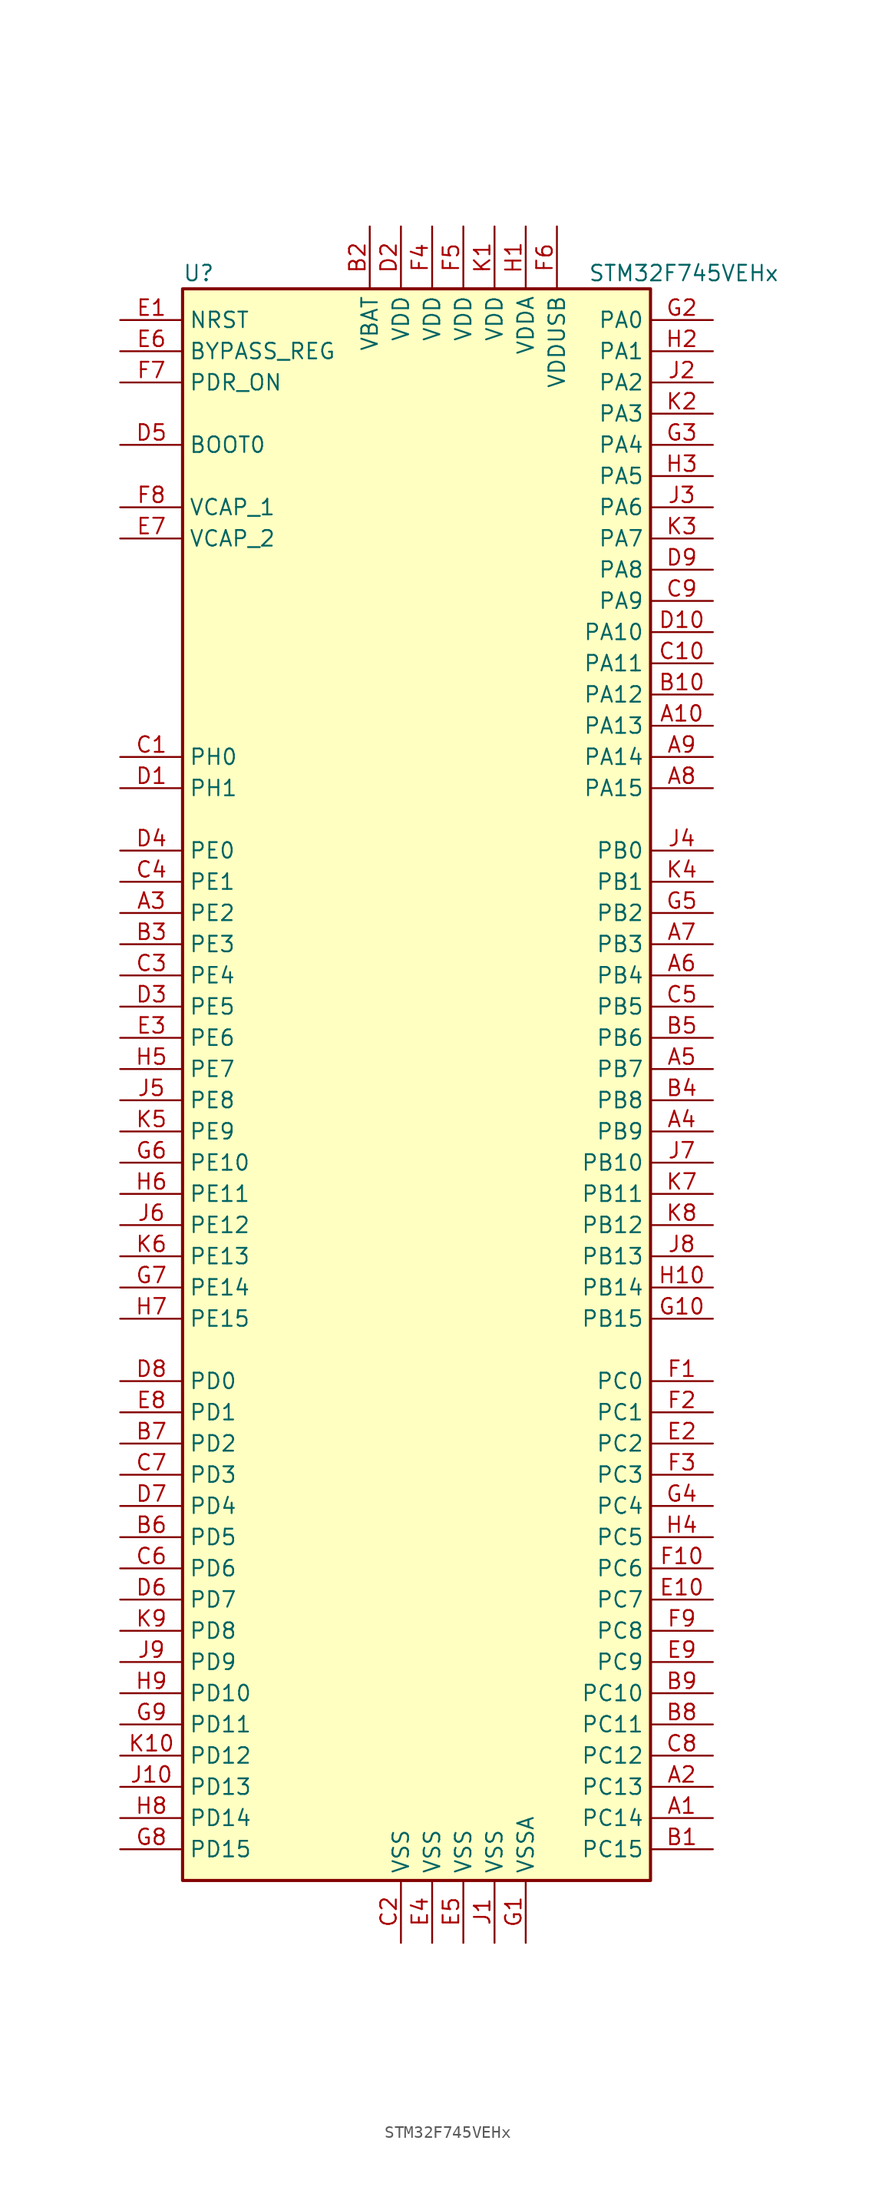
<source format=kicad_sym>
(kicad_symbol_lib
  (version 20201005)
  (generator kicad_symbol_editor)
  (symbol "STM32F745VEHx"
    (property "Reference" "U"
      (at -20.32 64.77 0)
      (effects (font (size 1.27 1.27)) (justify left)))
    (property "Value" "STM32F745VEHx"
      (at 12.7 64.77 0)
      (effects (font (size 1.27 1.27)) (justify left)))
    (symbol "STM32F745VEHx_0_1"
      (rectangle (start -20.32 -66.04) (end 17.78 63.5) (stroke (width 0.254)) (fill (type background))))
    (symbol "STM32F745VEHx_1_1"
      (pin bidirectional line (at 22.86 -60.96 180) (length 5.08) (name "PC14" (effects (font (size 1.27 1.27)))) (number "A1" (effects (font (size 1.27 1.27)))))
      (pin bidirectional line (at 22.86 27.94 180) (length 5.08) (name "PA13" (effects (font (size 1.27 1.27)))) (number "A10" (effects (font (size 1.27 1.27)))))
      (pin bidirectional line (at 22.86 -58.42 180) (length 5.08) (name "PC13" (effects (font (size 1.27 1.27)))) (number "A2" (effects (font (size 1.27 1.27)))))
      (pin bidirectional line (at -25.4 12.7 0) (length 5.08) (name "PE2" (effects (font (size 1.27 1.27)))) (number "A3" (effects (font (size 1.27 1.27)))))
      (pin bidirectional line (at 22.86 -5.08 180) (length 5.08) (name "PB9" (effects (font (size 1.27 1.27)))) (number "A4" (effects (font (size 1.27 1.27)))))
      (pin bidirectional line (at 22.86 0 180) (length 5.08) (name "PB7" (effects (font (size 1.27 1.27)))) (number "A5" (effects (font (size 1.27 1.27)))))
      (pin bidirectional line (at 22.86 7.62 180) (length 5.08) (name "PB4" (effects (font (size 1.27 1.27)))) (number "A6" (effects (font (size 1.27 1.27)))))
      (pin bidirectional line (at 22.86 10.16 180) (length 5.08) (name "PB3" (effects (font (size 1.27 1.27)))) (number "A7" (effects (font (size 1.27 1.27)))))
      (pin bidirectional line (at 22.86 22.86 180) (length 5.08) (name "PA15" (effects (font (size 1.27 1.27)))) (number "A8" (effects (font (size 1.27 1.27)))))
      (pin bidirectional line (at 22.86 25.4 180) (length 5.08) (name "PA14" (effects (font (size 1.27 1.27)))) (number "A9" (effects (font (size 1.27 1.27)))))
      (pin bidirectional line (at 22.86 -63.5 180) (length 5.08) (name "PC15" (effects (font (size 1.27 1.27)))) (number "B1" (effects (font (size 1.27 1.27)))))
      (pin bidirectional line (at 22.86 30.48 180) (length 5.08) (name "PA12" (effects (font (size 1.27 1.27)))) (number "B10" (effects (font (size 1.27 1.27)))))
      (pin power_in line (at -5.08 68.58 270) (length 5.08) (name "VBAT" (effects (font (size 1.27 1.27)))) (number "B2" (effects (font (size 1.27 1.27)))))
      (pin bidirectional line (at -25.4 10.16 0) (length 5.08) (name "PE3" (effects (font (size 1.27 1.27)))) (number "B3" (effects (font (size 1.27 1.27)))))
      (pin bidirectional line (at 22.86 -2.54 180) (length 5.08) (name "PB8" (effects (font (size 1.27 1.27)))) (number "B4" (effects (font (size 1.27 1.27)))))
      (pin bidirectional line (at 22.86 2.54 180) (length 5.08) (name "PB6" (effects (font (size 1.27 1.27)))) (number "B5" (effects (font (size 1.27 1.27)))))
      (pin bidirectional line (at -25.4 -38.1 0) (length 5.08) (name "PD5" (effects (font (size 1.27 1.27)))) (number "B6" (effects (font (size 1.27 1.27)))))
      (pin bidirectional line (at -25.4 -30.48 0) (length 5.08) (name "PD2" (effects (font (size 1.27 1.27)))) (number "B7" (effects (font (size 1.27 1.27)))))
      (pin bidirectional line (at 22.86 -53.34 180) (length 5.08) (name "PC11" (effects (font (size 1.27 1.27)))) (number "B8" (effects (font (size 1.27 1.27)))))
      (pin bidirectional line (at 22.86 -50.8 180) (length 5.08) (name "PC10" (effects (font (size 1.27 1.27)))) (number "B9" (effects (font (size 1.27 1.27)))))
      (pin input line (at -25.4 25.4 0) (length 5.08) (name "PH0" (effects (font (size 1.27 1.27)))) (number "C1" (effects (font (size 1.27 1.27)))))
      (pin bidirectional line (at 22.86 33.02 180) (length 5.08) (name "PA11" (effects (font (size 1.27 1.27)))) (number "C10" (effects (font (size 1.27 1.27)))))
      (pin power_in line (at -2.54 -71.12 90) (length 5.08) (name "VSS" (effects (font (size 1.27 1.27)))) (number "C2" (effects (font (size 1.27 1.27)))))
      (pin bidirectional line (at -25.4 7.62 0) (length 5.08) (name "PE4" (effects (font (size 1.27 1.27)))) (number "C3" (effects (font (size 1.27 1.27)))))
      (pin bidirectional line (at -25.4 15.24 0) (length 5.08) (name "PE1" (effects (font (size 1.27 1.27)))) (number "C4" (effects (font (size 1.27 1.27)))))
      (pin bidirectional line (at 22.86 5.08 180) (length 5.08) (name "PB5" (effects (font (size 1.27 1.27)))) (number "C5" (effects (font (size 1.27 1.27)))))
      (pin bidirectional line (at -25.4 -40.64 0) (length 5.08) (name "PD6" (effects (font (size 1.27 1.27)))) (number "C6" (effects (font (size 1.27 1.27)))))
      (pin bidirectional line (at -25.4 -33.02 0) (length 5.08) (name "PD3" (effects (font (size 1.27 1.27)))) (number "C7" (effects (font (size 1.27 1.27)))))
      (pin bidirectional line (at 22.86 -55.88 180) (length 5.08) (name "PC12" (effects (font (size 1.27 1.27)))) (number "C8" (effects (font (size 1.27 1.27)))))
      (pin bidirectional line (at 22.86 38.1 180) (length 5.08) (name "PA9" (effects (font (size 1.27 1.27)))) (number "C9" (effects (font (size 1.27 1.27)))))
      (pin input line (at -25.4 22.86 0) (length 5.08) (name "PH1" (effects (font (size 1.27 1.27)))) (number "D1" (effects (font (size 1.27 1.27)))))
      (pin bidirectional line (at 22.86 35.56 180) (length 5.08) (name "PA10" (effects (font (size 1.27 1.27)))) (number "D10" (effects (font (size 1.27 1.27)))))
      (pin power_in line (at -2.54 68.58 270) (length 5.08) (name "VDD" (effects (font (size 1.27 1.27)))) (number "D2" (effects (font (size 1.27 1.27)))))
      (pin bidirectional line (at -25.4 5.08 0) (length 5.08) (name "PE5" (effects (font (size 1.27 1.27)))) (number "D3" (effects (font (size 1.27 1.27)))))
      (pin bidirectional line (at -25.4 17.78 0) (length 5.08) (name "PE0" (effects (font (size 1.27 1.27)))) (number "D4" (effects (font (size 1.27 1.27)))))
      (pin input line (at -25.4 50.8 0) (length 5.08) (name "BOOT0" (effects (font (size 1.27 1.27)))) (number "D5" (effects (font (size 1.27 1.27)))))
      (pin bidirectional line (at -25.4 -43.18 0) (length 5.08) (name "PD7" (effects (font (size 1.27 1.27)))) (number "D6" (effects (font (size 1.27 1.27)))))
      (pin bidirectional line (at -25.4 -35.56 0) (length 5.08) (name "PD4" (effects (font (size 1.27 1.27)))) (number "D7" (effects (font (size 1.27 1.27)))))
      (pin bidirectional line (at -25.4 -25.4 0) (length 5.08) (name "PD0" (effects (font (size 1.27 1.27)))) (number "D8" (effects (font (size 1.27 1.27)))))
      (pin bidirectional line (at 22.86 40.64 180) (length 5.08) (name "PA8" (effects (font (size 1.27 1.27)))) (number "D9" (effects (font (size 1.27 1.27)))))
      (pin input line (at -25.4 60.96 0) (length 5.08) (name "NRST" (effects (font (size 1.27 1.27)))) (number "E1" (effects (font (size 1.27 1.27)))))
      (pin bidirectional line (at 22.86 -43.18 180) (length 5.08) (name "PC7" (effects (font (size 1.27 1.27)))) (number "E10" (effects (font (size 1.27 1.27)))))
      (pin bidirectional line (at 22.86 -30.48 180) (length 5.08) (name "PC2" (effects (font (size 1.27 1.27)))) (number "E2" (effects (font (size 1.27 1.27)))))
      (pin bidirectional line (at -25.4 2.54 0) (length 5.08) (name "PE6" (effects (font (size 1.27 1.27)))) (number "E3" (effects (font (size 1.27 1.27)))))
      (pin power_in line (at 0 -71.12 90) (length 5.08) (name "VSS" (effects (font (size 1.27 1.27)))) (number "E4" (effects (font (size 1.27 1.27)))))
      (pin power_in line (at 2.54 -71.12 90) (length 5.08) (name "VSS" (effects (font (size 1.27 1.27)))) (number "E5" (effects (font (size 1.27 1.27)))))
      (pin input line (at -25.4 58.42 0) (length 5.08) (name "BYPASS_REG" (effects (font (size 1.27 1.27)))) (number "E6" (effects (font (size 1.27 1.27)))))
      (pin power_in line (at -25.4 43.18 0) (length 5.08) (name "VCAP_2" (effects (font (size 1.27 1.27)))) (number "E7" (effects (font (size 1.27 1.27)))))
      (pin bidirectional line (at -25.4 -27.94 0) (length 5.08) (name "PD1" (effects (font (size 1.27 1.27)))) (number "E8" (effects (font (size 1.27 1.27)))))
      (pin bidirectional line (at 22.86 -48.26 180) (length 5.08) (name "PC9" (effects (font (size 1.27 1.27)))) (number "E9" (effects (font (size 1.27 1.27)))))
      (pin bidirectional line (at 22.86 -25.4 180) (length 5.08) (name "PC0" (effects (font (size 1.27 1.27)))) (number "F1" (effects (font (size 1.27 1.27)))))
      (pin bidirectional line (at 22.86 -40.64 180) (length 5.08) (name "PC6" (effects (font (size 1.27 1.27)))) (number "F10" (effects (font (size 1.27 1.27)))))
      (pin bidirectional line (at 22.86 -27.94 180) (length 5.08) (name "PC1" (effects (font (size 1.27 1.27)))) (number "F2" (effects (font (size 1.27 1.27)))))
      (pin bidirectional line (at 22.86 -33.02 180) (length 5.08) (name "PC3" (effects (font (size 1.27 1.27)))) (number "F3" (effects (font (size 1.27 1.27)))))
      (pin power_in line (at 0 68.58 270) (length 5.08) (name "VDD" (effects (font (size 1.27 1.27)))) (number "F4" (effects (font (size 1.27 1.27)))))
      (pin power_in line (at 2.54 68.58 270) (length 5.08) (name "VDD" (effects (font (size 1.27 1.27)))) (number "F5" (effects (font (size 1.27 1.27)))))
      (pin power_in line (at 10.16 68.58 270) (length 5.08) (name "VDDUSB" (effects (font (size 1.27 1.27)))) (number "F6" (effects (font (size 1.27 1.27)))))
      (pin input line (at -25.4 55.88 0) (length 5.08) (name "PDR_ON" (effects (font (size 1.27 1.27)))) (number "F7" (effects (font (size 1.27 1.27)))))
      (pin power_in line (at -25.4 45.72 0) (length 5.08) (name "VCAP_1" (effects (font (size 1.27 1.27)))) (number "F8" (effects (font (size 1.27 1.27)))))
      (pin bidirectional line (at 22.86 -45.72 180) (length 5.08) (name "PC8" (effects (font (size 1.27 1.27)))) (number "F9" (effects (font (size 1.27 1.27)))))
      (pin power_in line (at 7.62 -71.12 90) (length 5.08) (name "VSSA" (effects (font (size 1.27 1.27)))) (number "G1" (effects (font (size 1.27 1.27)))))
      (pin bidirectional line (at 22.86 -20.32 180) (length 5.08) (name "PB15" (effects (font (size 1.27 1.27)))) (number "G10" (effects (font (size 1.27 1.27)))))
      (pin bidirectional line (at 22.86 60.96 180) (length 5.08) (name "PA0" (effects (font (size 1.27 1.27)))) (number "G2" (effects (font (size 1.27 1.27)))))
      (pin bidirectional line (at 22.86 50.8 180) (length 5.08) (name "PA4" (effects (font (size 1.27 1.27)))) (number "G3" (effects (font (size 1.27 1.27)))))
      (pin bidirectional line (at 22.86 -35.56 180) (length 5.08) (name "PC4" (effects (font (size 1.27 1.27)))) (number "G4" (effects (font (size 1.27 1.27)))))
      (pin bidirectional line (at 22.86 12.7 180) (length 5.08) (name "PB2" (effects (font (size 1.27 1.27)))) (number "G5" (effects (font (size 1.27 1.27)))))
      (pin bidirectional line (at -25.4 -7.62 0) (length 5.08) (name "PE10" (effects (font (size 1.27 1.27)))) (number "G6" (effects (font (size 1.27 1.27)))))
      (pin bidirectional line (at -25.4 -17.78 0) (length 5.08) (name "PE14" (effects (font (size 1.27 1.27)))) (number "G7" (effects (font (size 1.27 1.27)))))
      (pin bidirectional line (at -25.4 -63.5 0) (length 5.08) (name "PD15" (effects (font (size 1.27 1.27)))) (number "G8" (effects (font (size 1.27 1.27)))))
      (pin bidirectional line (at -25.4 -53.34 0) (length 5.08) (name "PD11" (effects (font (size 1.27 1.27)))) (number "G9" (effects (font (size 1.27 1.27)))))
      (pin power_in line (at 7.62 68.58 270) (length 5.08) (name "VDDA" (effects (font (size 1.27 1.27)))) (number "H1" (effects (font (size 1.27 1.27)))))
      (pin bidirectional line (at 22.86 -17.78 180) (length 5.08) (name "PB14" (effects (font (size 1.27 1.27)))) (number "H10" (effects (font (size 1.27 1.27)))))
      (pin bidirectional line (at 22.86 58.42 180) (length 5.08) (name "PA1" (effects (font (size 1.27 1.27)))) (number "H2" (effects (font (size 1.27 1.27)))))
      (pin bidirectional line (at 22.86 48.26 180) (length 5.08) (name "PA5" (effects (font (size 1.27 1.27)))) (number "H3" (effects (font (size 1.27 1.27)))))
      (pin bidirectional line (at 22.86 -38.1 180) (length 5.08) (name "PC5" (effects (font (size 1.27 1.27)))) (number "H4" (effects (font (size 1.27 1.27)))))
      (pin bidirectional line (at -25.4 0 0) (length 5.08) (name "PE7" (effects (font (size 1.27 1.27)))) (number "H5" (effects (font (size 1.27 1.27)))))
      (pin bidirectional line (at -25.4 -10.16 0) (length 5.08) (name "PE11" (effects (font (size 1.27 1.27)))) (number "H6" (effects (font (size 1.27 1.27)))))
      (pin bidirectional line (at -25.4 -20.32 0) (length 5.08) (name "PE15" (effects (font (size 1.27 1.27)))) (number "H7" (effects (font (size 1.27 1.27)))))
      (pin bidirectional line (at -25.4 -60.96 0) (length 5.08) (name "PD14" (effects (font (size 1.27 1.27)))) (number "H8" (effects (font (size 1.27 1.27)))))
      (pin bidirectional line (at -25.4 -50.8 0) (length 5.08) (name "PD10" (effects (font (size 1.27 1.27)))) (number "H9" (effects (font (size 1.27 1.27)))))
      (pin power_in line (at 5.08 -71.12 90) (length 5.08) (name "VSS" (effects (font (size 1.27 1.27)))) (number "J1" (effects (font (size 1.27 1.27)))))
      (pin bidirectional line (at -25.4 -58.42 0) (length 5.08) (name "PD13" (effects (font (size 1.27 1.27)))) (number "J10" (effects (font (size 1.27 1.27)))))
      (pin bidirectional line (at 22.86 55.88 180) (length 5.08) (name "PA2" (effects (font (size 1.27 1.27)))) (number "J2" (effects (font (size 1.27 1.27)))))
      (pin bidirectional line (at 22.86 45.72 180) (length 5.08) (name "PA6" (effects (font (size 1.27 1.27)))) (number "J3" (effects (font (size 1.27 1.27)))))
      (pin bidirectional line (at 22.86 17.78 180) (length 5.08) (name "PB0" (effects (font (size 1.27 1.27)))) (number "J4" (effects (font (size 1.27 1.27)))))
      (pin bidirectional line (at -25.4 -2.54 0) (length 5.08) (name "PE8" (effects (font (size 1.27 1.27)))) (number "J5" (effects (font (size 1.27 1.27)))))
      (pin bidirectional line (at -25.4 -12.7 0) (length 5.08) (name "PE12" (effects (font (size 1.27 1.27)))) (number "J6" (effects (font (size 1.27 1.27)))))
      (pin bidirectional line (at 22.86 -7.62 180) (length 5.08) (name "PB10" (effects (font (size 1.27 1.27)))) (number "J7" (effects (font (size 1.27 1.27)))))
      (pin bidirectional line (at 22.86 -15.24 180) (length 5.08) (name "PB13" (effects (font (size 1.27 1.27)))) (number "J8" (effects (font (size 1.27 1.27)))))
      (pin bidirectional line (at -25.4 -48.26 0) (length 5.08) (name "PD9" (effects (font (size 1.27 1.27)))) (number "J9" (effects (font (size 1.27 1.27)))))
      (pin power_in line (at 5.08 68.58 270) (length 5.08) (name "VDD" (effects (font (size 1.27 1.27)))) (number "K1" (effects (font (size 1.27 1.27)))))
      (pin bidirectional line (at -25.4 -55.88 0) (length 5.08) (name "PD12" (effects (font (size 1.27 1.27)))) (number "K10" (effects (font (size 1.27 1.27)))))
      (pin bidirectional line (at 22.86 53.34 180) (length 5.08) (name "PA3" (effects (font (size 1.27 1.27)))) (number "K2" (effects (font (size 1.27 1.27)))))
      (pin bidirectional line (at 22.86 43.18 180) (length 5.08) (name "PA7" (effects (font (size 1.27 1.27)))) (number "K3" (effects (font (size 1.27 1.27)))))
      (pin bidirectional line (at 22.86 15.24 180) (length 5.08) (name "PB1" (effects (font (size 1.27 1.27)))) (number "K4" (effects (font (size 1.27 1.27)))))
      (pin bidirectional line (at -25.4 -5.08 0) (length 5.08) (name "PE9" (effects (font (size 1.27 1.27)))) (number "K5" (effects (font (size 1.27 1.27)))))
      (pin bidirectional line (at -25.4 -15.24 0) (length 5.08) (name "PE13" (effects (font (size 1.27 1.27)))) (number "K6" (effects (font (size 1.27 1.27)))))
      (pin bidirectional line (at 22.86 -10.16 180) (length 5.08) (name "PB11" (effects (font (size 1.27 1.27)))) (number "K7" (effects (font (size 1.27 1.27)))))
      (pin bidirectional line (at 22.86 -12.7 180) (length 5.08) (name "PB12" (effects (font (size 1.27 1.27)))) (number "K8" (effects (font (size 1.27 1.27)))))
      (pin bidirectional line (at -25.4 -45.72 0) (length 5.08) (name "PD8" (effects (font (size 1.27 1.27)))) (number "K9" (effects (font (size 1.27 1.27))))))))
</source>
